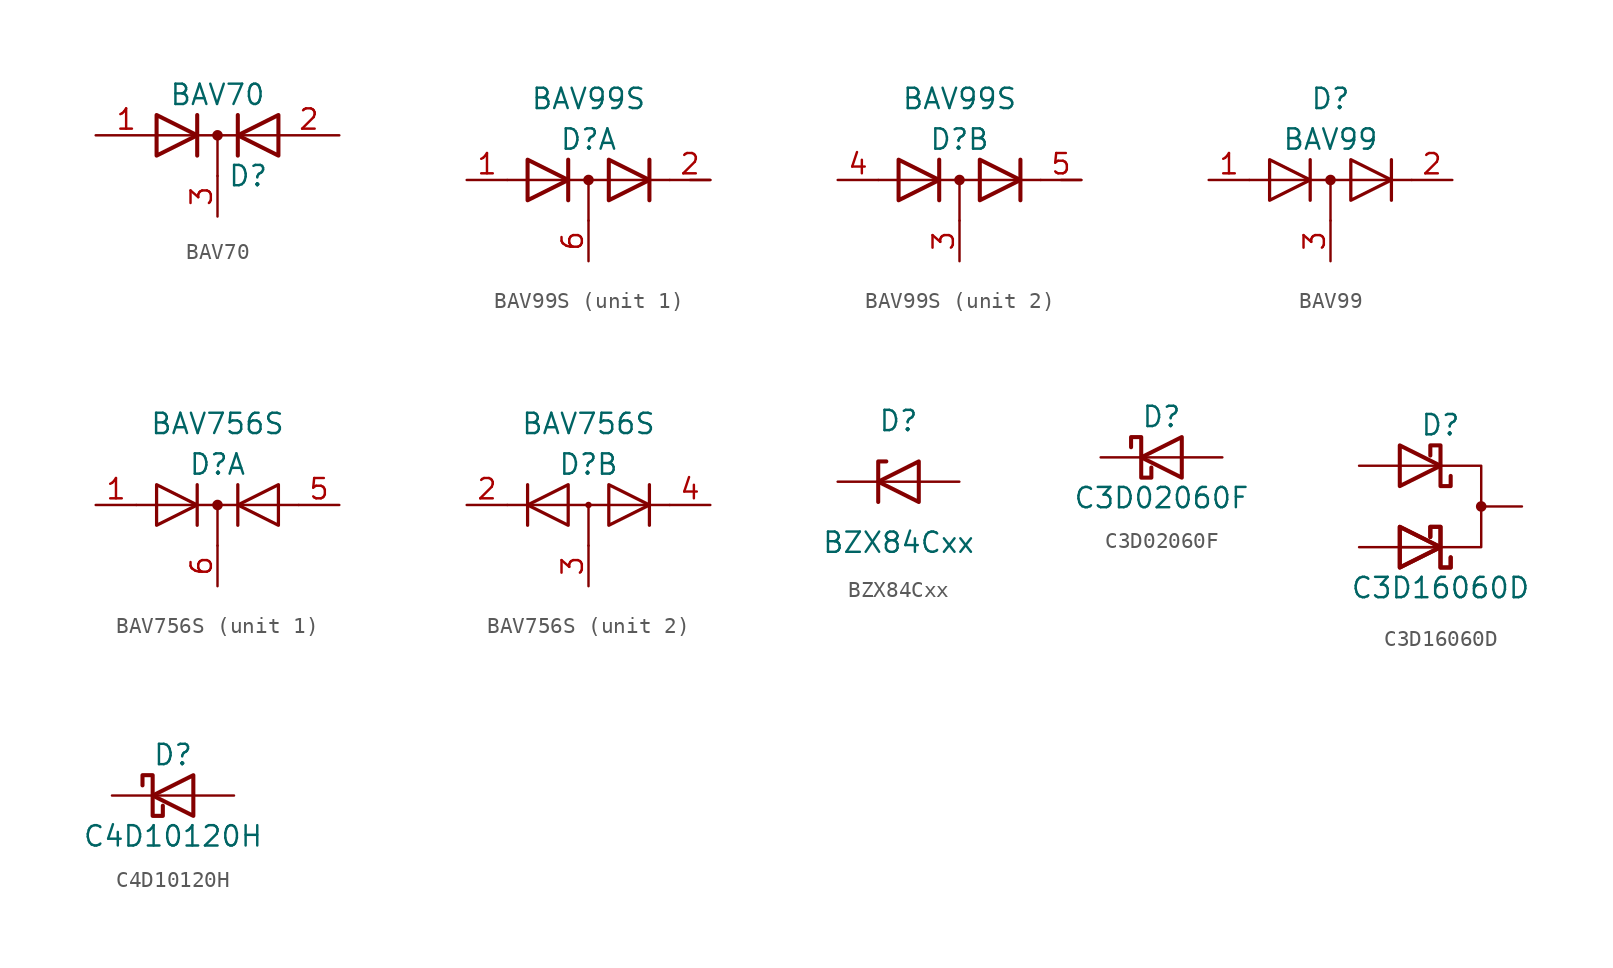
<source format=kicad_sym>
(kicad_symbol_lib
  (version 20220914)
  (generator kicad_symbol_editor)
  (symbol "BAV70"
    (pin_names hide)
    (property "Reference" "D"
      (at 0.635 -2.54 0)
      (effects (font (size 1.27 1.27)) (justify left)))
    (property "Value" "BAV70"
      (at 0 2.54 0)
      (effects (font (size 1.27 1.27))))
    (symbol "BAV70_0_1"
      (polyline (pts (xy -3.81 0) (xy 3.81 0)) (stroke (width 0) (type default)) (fill (type none)))
      (polyline (pts (xy 0 0) (xy 0 -2.54)) (stroke (width 0) (type default)) (fill (type none)))
      (polyline (pts (xy -1.27 -1.27) (xy -1.27 1.27) (xy -1.27 1.27)) (stroke (width 0.254) (type default)) (fill (type none)))
      (polyline (pts (xy 1.27 -1.27) (xy 1.27 1.27) (xy 1.27 1.27)) (stroke (width 0.254) (type default)) (fill (type none)))
      (polyline (pts (xy -3.81 1.27) (xy -1.27 0) (xy -3.81 -1.27) (xy -3.81 1.27) (xy -3.81 1.27) (xy -3.81 1.27)) (stroke (width 0.254) (type default)) (fill (type none)))
      (polyline (pts (xy 3.81 -1.27) (xy 1.27 0) (xy 3.81 1.27) (xy 3.81 -1.27) (xy 3.81 -1.27) (xy 3.81 -1.27)) (stroke (width 0.254) (type default)) (fill (type none)))
      (circle (center 0 0) (radius 0.254) (stroke (width 0) (type default)) (fill (type outline)))
      (pin passive line (at -7.62 0 0) (length 3.81) (name "A" (effects (font (size 1.27 1.27)))) (number "1" (effects (font (size 1.27 1.27)))))
      (pin passive line (at 7.62 0 180) (length 3.81) (name "A" (effects (font (size 1.27 1.27)))) (number "2" (effects (font (size 1.27 1.27)))))
      (pin passive line (at 0 -5.08 90) (length 2.54) (name "K" (effects (font (size 1.27 1.27)))) (number "3" (effects (font (size 1.27 1.27)))))))
  (symbol "BAV99S"
    (pin_names
      (offset 0.025) hide)
    (property "Reference" "D"
      (at 0 2.54 0)
      (effects (font (size 1.27 1.27))))
    (property "Value" "BAV99S"
      (at 0 5.08 0)
      (effects (font (size 1.27 1.27))))
    (property "ki_locked" ""
      (at 0 0 0)
      (effects (font (size 1.27 1.27))))
    (symbol "BAV99S_0_1"
      (polyline (pts (xy -5.08 0) (xy 5.08 0)) (stroke (width 0) (type default)) (fill (type none)))
      (polyline (pts (xy 0 0) (xy 0 -2.54)) (stroke (width 0) (type default)) (fill (type none)))
      (polyline (pts (xy -1.27 -1.27) (xy -1.27 1.27) (xy -1.27 1.27)) (stroke (width 0.254) (type default)) (fill (type none)))
      (polyline (pts (xy 3.81 1.27) (xy 3.81 -1.27) (xy 3.81 -1.27)) (stroke (width 0.254) (type default)) (fill (type none)))
      (polyline (pts (xy -3.81 1.27) (xy -1.27 0) (xy -3.81 -1.27) (xy -3.81 1.27) (xy -3.81 1.27) (xy -3.81 1.27)) (stroke (width 0.254) (type default)) (fill (type none)))
      (polyline (pts (xy 1.27 1.27) (xy 3.81 0) (xy 1.27 -1.27) (xy 1.27 1.27) (xy 1.27 1.27) (xy 1.27 1.27)) (stroke (width 0.254) (type default)) (fill (type none)))
      (circle (center 0 0) (radius 0.254) (stroke (width 0) (type default)) (fill (type outline))))
    (symbol "BAV99S_1_1"
      (polyline (pts (xy 6.35 0) (xy 7.62 0)) (stroke (width 0) (type default)) (fill (type none)))
      (pin passive line (at -7.62 0 0) (length 2.54) (name "A1" (effects (font (size 1.27 1.27)))) (number "1" (effects (font (size 1.27 1.27)))))
      (pin passive line (at 7.62 0 180) (length 2.54) (name "K2" (effects (font (size 1.27 1.27)))) (number "2" (effects (font (size 1.27 1.27)))))
      (pin passive line (at 0 -5.08 90) (length 2.54) (name "K3A4" (effects (font (size 1.27 1.27)))) (number "6" (effects (font (size 1.27 1.27))))))
    (symbol "BAV99S_2_1"
      (polyline (pts (xy 6.35 0) (xy 7.62 0)) (stroke (width 0) (type default)) (fill (type none)))
      (pin passive line (at 0 -5.08 90) (length 2.54) (name "K1A2" (effects (font (size 1.27 1.27)))) (number "3" (effects (font (size 1.27 1.27)))))
      (pin passive line (at -7.62 0 0) (length 2.54) (name "A3" (effects (font (size 1.27 1.27)))) (number "4" (effects (font (size 1.27 1.27)))))
      (pin passive line (at 7.62 0 180) (length 2.54) (name "K4" (effects (font (size 1.27 1.27)))) (number "5" (effects (font (size 1.27 1.27)))))))
  (symbol "BAV99"
    (pin_names hide)
    (property "Reference" "D"
      (at 0 5.08 0)
      (effects (font (size 1.27 1.27))))
    (property "Value" "BAV99"
      (at 0 2.54 0)
      (effects (font (size 1.27 1.27))))
    (symbol "BAV99_0_1"
      (polyline (pts (xy -5.08 0) (xy 5.08 0)) (stroke (width 0) (type default)) (fill (type none))))
    (symbol "BAV99_1_1"
      (polyline (pts (xy 0 0) (xy 0 -2.54)) (stroke (width 0) (type default)) (fill (type none)))
      (polyline (pts (xy -1.27 -1.27) (xy -1.27 1.27) (xy -1.27 1.27)) (stroke (width 0.203) (type default)) (fill (type none)))
      (polyline (pts (xy 3.81 1.27) (xy 3.81 -1.27) (xy 3.81 -1.27)) (stroke (width 0.203) (type default)) (fill (type none)))
      (polyline (pts (xy -3.81 1.27) (xy -1.27 0) (xy -3.81 -1.27) (xy -3.81 1.27) (xy -3.81 1.27) (xy -3.81 1.27)) (stroke (width 0.203) (type default)) (fill (type none)))
      (polyline (pts (xy 1.27 1.27) (xy 3.81 0) (xy 1.27 -1.27) (xy 1.27 1.27) (xy 1.27 1.27) (xy 1.27 1.27)) (stroke (width 0.203) (type default)) (fill (type none)))
      (circle (center 0 0) (radius 0.254) (stroke (width 0) (type default)) (fill (type outline)))
      (pin passive line (at -7.62 0 0) (length 2.54) (name "K" (effects (font (size 1.27 1.27)))) (number "1" (effects (font (size 1.27 1.27)))))
      (pin passive line (at 7.62 0 180) (length 2.54) (name "A" (effects (font (size 1.27 1.27)))) (number "2" (effects (font (size 1.27 1.27)))))
      (pin passive line (at 0 -5.08 90) (length 2.54) (name "K" (effects (font (size 1.27 1.27)))) (number "3" (effects (font (size 1.27 1.27)))))))
  (symbol "BAV756S"
    (pin_names
      (offset 0.025) hide)
    (property "Reference" "D"
      (at 0 2.54 0)
      (effects (font (size 1.27 1.27))))
    (property "Value" "BAV756S"
      (at 0 5.08 0)
      (effects (font (size 1.27 1.27))))
    (property "ki_locked" ""
      (at 0 0 0)
      (effects (font (size 1.27 1.27))))
    (symbol "BAV756S_1_1"
      (polyline (pts (xy -5.08 0) (xy 5.08 0)) (stroke (width 0) (type default)) (fill (type none)))
      (polyline (pts (xy 0 0) (xy 0 -2.54)) (stroke (width 0) (type default)) (fill (type none)))
      (polyline (pts (xy -1.27 -1.27) (xy -1.27 1.27) (xy -1.27 1.27)) (stroke (width 0.203) (type default)) (fill (type none)))
      (polyline (pts (xy 1.27 -1.27) (xy 1.27 1.27) (xy 1.27 1.27)) (stroke (width 0.203) (type default)) (fill (type none)))
      (polyline (pts (xy -3.81 1.27) (xy -1.27 0) (xy -3.81 -1.27) (xy -3.81 1.27) (xy -3.81 1.27) (xy -3.81 1.27)) (stroke (width 0.203) (type default)) (fill (type none)))
      (polyline (pts (xy 3.81 -1.27) (xy 1.27 0) (xy 3.81 1.27) (xy 3.81 -1.27) (xy 3.81 -1.27) (xy 3.81 -1.27)) (stroke (width 0.203) (type default)) (fill (type none)))
      (circle (center 0 0) (radius 0.254) (stroke (width 0) (type default)) (fill (type outline)))
      (pin passive line (at -7.62 0 0) (length 2.54) (name "A1" (effects (font (size 1.27 1.27)))) (number "1" (effects (font (size 1.27 1.27)))))
      (pin passive line (at 7.62 0 180) (length 2.54) (name "A4" (effects (font (size 1.27 1.27)))) (number "5" (effects (font (size 1.27 1.27)))))
      (pin passive line (at 0 -5.08 90) (length 2.54) (name "CK" (effects (font (size 1.27 1.27)))) (number "6" (effects (font (size 1.27 1.27))))))
    (symbol "BAV756S_2_1"
      (polyline (pts (xy -5.08 0) (xy 5.08 0)) (stroke (width 0) (type default)) (fill (type none)))
      (polyline (pts (xy 0 0) (xy 0 -2.54)) (stroke (width 0) (type default)) (fill (type none)))
      (polyline (pts (xy -3.81 1.27) (xy -3.81 -1.27) (xy -3.81 -1.27)) (stroke (width 0.203) (type default)) (fill (type none)))
      (polyline (pts (xy 3.81 1.27) (xy 3.81 -1.27) (xy 3.81 -1.27)) (stroke (width 0.203) (type default)) (fill (type none)))
      (polyline (pts (xy -1.27 -1.27) (xy -3.81 0) (xy -1.27 1.27) (xy -1.27 -1.27) (xy -1.27 -1.27) (xy -1.27 -1.27)) (stroke (width 0.203) (type default)) (fill (type none)))
      (polyline (pts (xy 1.27 1.27) (xy 3.81 0) (xy 1.27 -1.27) (xy 1.27 1.27) (xy 1.27 1.27) (xy 1.27 1.27)) (stroke (width 0.203) (type default)) (fill (type none)))
      (circle (center 0 0) (radius 0.127) (stroke (width 0) (type default)) (fill (type none)))
      (pin passive line (at -7.62 0 0) (length 2.54) (name "K2" (effects (font (size 1.27 1.27)))) (number "2" (effects (font (size 1.27 1.27)))))
      (pin passive line (at 0 -5.08 90) (length 2.54) (name "CA" (effects (font (size 1.27 1.27)))) (number "3" (effects (font (size 1.27 1.27)))))
      (pin passive line (at 7.62 0 180) (length 2.54) (name "K3" (effects (font (size 1.27 1.27)))) (number "4" (effects (font (size 1.27 1.27)))))))
  (symbol "BZX84Cxx"
    (pin_numbers hide)
    (pin_names hide)
    (property "Reference" "D"
      (at 0 3.81 0)
      (effects (font (size 1.27 1.27))))
    (property "Value" "BZX84Cxx"
      (at 0 -3.81 0)
      (effects (font (size 1.27 1.27))))
    (symbol "BZX84Cxx_0_1"
      (polyline (pts (xy 1.27 0) (xy -1.27 0)) (stroke (width 0) (type default)) (fill (type none)))
      (polyline (pts (xy -1.27 -1.27) (xy -1.27 1.27) (xy -0.762 1.27)) (stroke (width 0.254) (type default)) (fill (type none)))
      (polyline (pts (xy 1.27 -1.27) (xy 1.27 1.27) (xy -1.27 0) (xy 1.27 -1.27)) (stroke (width 0.254) (type default)) (fill (type none))))
    (symbol "BZX84Cxx_1_1"
      (pin passive line (at 3.81 0 180) (length 2.54) (name "A" (effects (font (size 1.27 1.27)))) (number "1" (effects (font (size 1.27 1.27)))))
      (pin no_connect line (at 1.27 0 180) (length 2.54) hide (name "NC" (effects (font (size 1.27 1.27)))) (number "2" (effects (font (size 1.27 1.27)))))
      (pin passive line (at -3.81 0 0) (length 2.54) (name "K" (effects (font (size 1.27 1.27)))) (number "3" (effects (font (size 1.27 1.27)))))))
  (symbol "C3D02060F"
    (pin_numbers hide)
    (pin_names
      (offset 1.016) hide)
    (property "Reference" "D"
      (at 0 2.54 0)
      (effects (font (size 1.27 1.27))))
    (property "Value" "C3D02060F"
      (at 0 -2.54 0)
      (effects (font (size 1.27 1.27))))
    (symbol "C3D02060F_0_1"
      (polyline (pts (xy 1.27 0) (xy -1.27 0)) (stroke (width 0) (type default)) (fill (type none)))
      (polyline (pts (xy 1.27 1.27) (xy 1.27 -1.27) (xy -1.27 0) (xy 1.27 1.27)) (stroke (width 0.254) (type default)) (fill (type none)))
      (polyline (pts (xy -1.905 0.635) (xy -1.905 1.27) (xy -1.27 1.27) (xy -1.27 -1.27) (xy -0.635 -1.27) (xy -0.635 -0.635)) (stroke (width 0.254) (type default)) (fill (type none))))
    (symbol "C3D02060F_1_1"
      (pin passive line (at -3.81 0 0) (length 2.54) (name "K" (effects (font (size 1.27 1.27)))) (number "1" (effects (font (size 1.27 1.27)))))
      (pin passive line (at 3.81 0 180) (length 2.54) (name "A" (effects (font (size 1.27 1.27)))) (number "2" (effects (font (size 1.27 1.27)))))))
  (symbol "C3D16060D"
    (pin_numbers hide)
    (pin_names
      (offset 1.016) hide)
    (property "Reference" "D"
      (at 0 5.08 0)
      (effects (font (size 1.27 1.27))))
    (property "Value" "C3D16060D"
      (at 0 -5.08 0)
      (effects (font (size 1.27 1.27))))
    (symbol "C3D16060D_0_1"
      (polyline (pts (xy -2.54 -2.54) (xy 0 -2.54)) (stroke (width 0) (type default)) (fill (type none)))
      (polyline (pts (xy -2.54 -2.54) (xy 0 -2.54)) (stroke (width 0) (type default)) (fill (type none)))
      (polyline (pts (xy -2.54 2.54) (xy 0 2.54)) (stroke (width 0) (type default)) (fill (type none)))
      (polyline (pts (xy -2.54 -3.81) (xy -2.54 -1.27) (xy 0 -2.54) (xy -2.54 -3.81)) (stroke (width 0.254) (type default)) (fill (type none)))
      (polyline (pts (xy -2.54 -3.81) (xy -2.54 -1.27) (xy 0 -2.54) (xy -2.54 -3.81)) (stroke (width 0.254) (type default)) (fill (type none)))
      (polyline (pts (xy -2.54 1.27) (xy -2.54 3.81) (xy 0 2.54) (xy -2.54 1.27)) (stroke (width 0.254) (type default)) (fill (type none)))
      (polyline (pts (xy 0 2.54) (xy 2.54 2.54) (xy 2.54 -2.54) (xy 0 -2.54)) (stroke (width 0) (type default)) (fill (type none)))
      (polyline (pts (xy 0.635 -3.175) (xy 0.635 -3.81) (xy 0 -3.81) (xy 0 -1.27) (xy -0.635 -1.27) (xy -0.635 -1.905)) (stroke (width 0.254) (type default)) (fill (type none)))
      (polyline (pts (xy 0.635 -3.175) (xy 0.635 -3.81) (xy 0 -3.81) (xy 0 -1.27) (xy -0.635 -1.27) (xy -0.635 -1.905)) (stroke (width 0.254) (type default)) (fill (type none)))
      (polyline (pts (xy 0.635 1.905) (xy 0.635 1.27) (xy 0 1.27) (xy 0 3.81) (xy -0.635 3.81) (xy -0.635 3.175)) (stroke (width 0.254) (type default)) (fill (type none)))
      (circle (center 2.54 0) (radius 0.254) (stroke (width 0) (type default)) (fill (type outline))))
    (symbol "C3D16060D_1_1"
      (pin passive line (at -5.08 2.54 0) (length 2.54) (name "A1" (effects (font (size 1.27 1.27)))) (number "1" (effects (font (size 1.27 1.27)))))
      (pin passive line (at 5.08 0 180) (length 2.54) (name "K" (effects (font (size 1.27 1.27)))) (number "2" (effects (font (size 1.27 1.27)))))
      (pin passive line (at -5.08 -2.54 0) (length 2.54) (name "A2" (effects (font (size 1.27 1.27)))) (number "3" (effects (font (size 1.27 1.27)))))))
  (symbol "C4D10120H"
    (pin_numbers hide)
    (pin_names
      (offset 1.016) hide)
    (property "Reference" "D"
      (at 0 2.54 0)
      (effects (font (size 1.27 1.27))))
    (property "Value" "C4D10120H"
      (at 0 -2.54 0)
      (effects (font (size 1.27 1.27))))
    (symbol "C4D10120H_0_1"
      (polyline (pts (xy 1.27 0) (xy -1.27 0)) (stroke (width 0) (type default)) (fill (type none)))
      (polyline (pts (xy 1.27 1.27) (xy 1.27 -1.27) (xy -1.27 0) (xy 1.27 1.27)) (stroke (width 0.254) (type default)) (fill (type none)))
      (polyline (pts (xy -1.905 0.635) (xy -1.905 1.27) (xy -1.27 1.27) (xy -1.27 -1.27) (xy -0.635 -1.27) (xy -0.635 -0.635)) (stroke (width 0.254) (type default)) (fill (type none))))
    (symbol "C4D10120H_1_1"
      (pin passive line (at -3.81 0 0) (length 2.54) (name "K" (effects (font (size 1.27 1.27)))) (number "1" (effects (font (size 1.27 1.27)))))
      (pin passive line (at 3.81 0 180) (length 2.54) (name "A" (effects (font (size 1.27 1.27)))) (number "2" (effects (font (size 1.27 1.27))))))))
</source>
